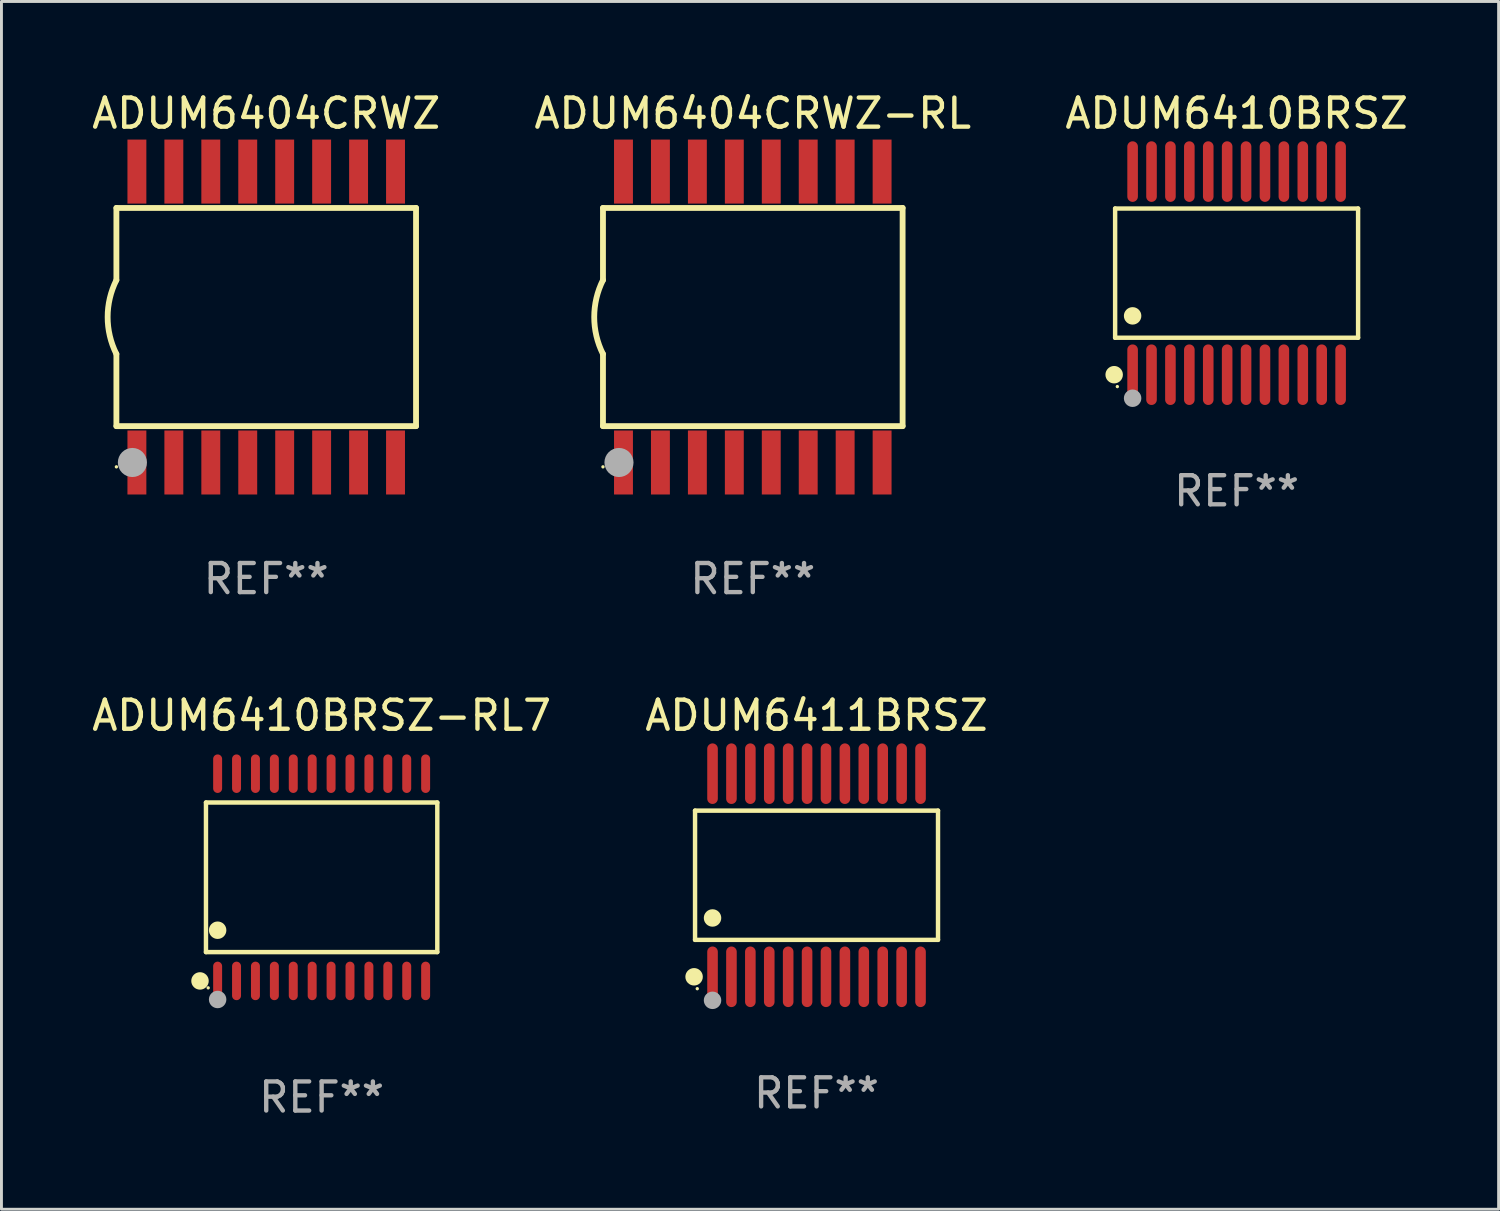
<source format=kicad_pcb>
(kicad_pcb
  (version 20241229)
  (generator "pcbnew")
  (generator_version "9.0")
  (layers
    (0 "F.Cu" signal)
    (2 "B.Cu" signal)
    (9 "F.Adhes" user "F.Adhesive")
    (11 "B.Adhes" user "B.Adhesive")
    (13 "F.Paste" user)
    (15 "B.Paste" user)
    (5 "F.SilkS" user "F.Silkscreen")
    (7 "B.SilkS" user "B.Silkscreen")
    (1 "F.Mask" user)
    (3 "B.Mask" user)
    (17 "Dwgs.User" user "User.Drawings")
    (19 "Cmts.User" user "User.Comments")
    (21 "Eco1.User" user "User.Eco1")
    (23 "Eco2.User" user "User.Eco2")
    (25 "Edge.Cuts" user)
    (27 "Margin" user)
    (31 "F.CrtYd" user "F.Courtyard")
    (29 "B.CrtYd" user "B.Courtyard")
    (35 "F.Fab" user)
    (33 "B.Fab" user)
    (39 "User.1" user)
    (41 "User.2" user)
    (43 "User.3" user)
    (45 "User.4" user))
  (footprint "ADUM6411BRSZ"
    (layer "F.Cu")
    (at 25.018 27.036)
    (property "Reference" "ADUM6411BRSZ" (at 0 -5.491 0) (layer "F.SilkS") (effects (font (size 1 1) (thickness 0.15))))
    (attr through_hole)
    (fp_line (start -4.176 -2.221) (end 4.176 -2.221) (stroke (width 0.152) (type solid)) (layer "F.SilkS"))
    (fp_line (start -4.176 2.221) (end -4.176 -2.221) (stroke (width 0.152) (type solid)) (layer "F.SilkS"))
    (fp_line (start 4.176 -2.221) (end 4.176 2.221) (stroke (width 0.152) (type solid)) (layer "F.SilkS"))
    (fp_line (start 4.176 2.221) (end -4.176 2.221) (stroke (width 0.152) (type solid)) (layer "F.SilkS"))
    (fp_circle (center -4.209 3.491) (end -4.059 3.491) (stroke (width 0.3) (type solid)) (fill no) (layer "F.SilkS"))
    (fp_circle (center -4.1 3.9) (end -4.07 3.9) (stroke (width 0.06) (type solid)) (fill no) (layer "F.SilkS"))
    (fp_circle (center -3.575 1.469) (end -3.425 1.469) (stroke (width 0.3) (type solid)) (fill no) (layer "F.SilkS"))
    (fp_circle (center -3.575 4.3) (end -3.425 4.3) (stroke (width 0.3) (type solid)) (fill no) (layer "F.Fab"))
    (fp_text user "REF**" (at 0 7.491 0) (layer "F.Fab") (effects (font (size 1 1) (thickness 0.15))))
    (pad "1" smd oval (at -3.575 3.491) (size 0.364 2.082) (layers "F.Cu" "F.Mask" "F.Paste"))
    (pad "2" smd oval (at -2.925 3.491) (size 0.364 2.082) (layers "F.Cu" "F.Mask" "F.Paste"))
    (pad "3" smd oval (at -2.275 3.491) (size 0.364 2.082) (layers "F.Cu" "F.Mask" "F.Paste"))
    (pad "4" smd oval (at -1.625 3.491) (size 0.364 2.082) (layers "F.Cu" "F.Mask" "F.Paste"))
    (pad "5" smd oval (at -0.975 3.491) (size 0.364 2.082) (layers "F.Cu" "F.Mask" "F.Paste"))
    (pad "6" smd oval (at -0.325 3.491) (size 0.364 2.082) (layers "F.Cu" "F.Mask" "F.Paste"))
    (pad "7" smd oval (at 0.325 3.491) (size 0.364 2.082) (layers "F.Cu" "F.Mask" "F.Paste"))
    (pad "8" smd oval (at 0.975 3.491) (size 0.364 2.082) (layers "F.Cu" "F.Mask" "F.Paste"))
    (pad "9" smd oval (at 1.625 3.491) (size 0.364 2.082) (layers "F.Cu" "F.Mask" "F.Paste"))
    (pad "10" smd oval (at 2.275 3.491) (size 0.364 2.082) (layers "F.Cu" "F.Mask" "F.Paste"))
    (pad "11" smd oval (at 2.925 3.491) (size 0.364 2.082) (layers "F.Cu" "F.Mask" "F.Paste"))
    (pad "12" smd oval (at 3.575 3.491) (size 0.364 2.082) (layers "F.Cu" "F.Mask" "F.Paste"))
    (pad "13" smd oval (at 3.575 -3.491) (size 0.364 2.082) (layers "F.Cu" "F.Mask" "F.Paste"))
    (pad "14" smd oval (at 2.925 -3.491) (size 0.364 2.082) (layers "F.Cu" "F.Mask" "F.Paste"))
    (pad "15" smd oval (at 2.275 -3.491) (size 0.364 2.082) (layers "F.Cu" "F.Mask" "F.Paste"))
    (pad "16" smd oval (at 1.625 -3.491) (size 0.364 2.082) (layers "F.Cu" "F.Mask" "F.Paste"))
    (pad "17" smd oval (at 0.975 -3.491) (size 0.364 2.082) (layers "F.Cu" "F.Mask" "F.Paste"))
    (pad "18" smd oval (at 0.325 -3.491) (size 0.364 2.082) (layers "F.Cu" "F.Mask" "F.Paste"))
    (pad "19" smd oval (at -0.325 -3.491) (size 0.364 2.082) (layers "F.Cu" "F.Mask" "F.Paste"))
    (pad "20" smd oval (at -0.975 -3.491) (size 0.364 2.082) (layers "F.Cu" "F.Mask" "F.Paste"))
    (pad "21" smd oval (at -1.625 -3.491) (size 0.364 2.082) (layers "F.Cu" "F.Mask" "F.Paste"))
    (pad "22" smd oval (at -2.275 -3.491) (size 0.364 2.082) (layers "F.Cu" "F.Mask" "F.Paste"))
    (pad "23" smd oval (at -2.925 -3.491) (size 0.364 2.082) (layers "F.Cu" "F.Mask" "F.Paste"))
    (pad "24" smd oval (at -3.575 -3.491) (size 0.364 2.082) (layers "F.Cu" "F.Mask" "F.Paste")))
  (footprint "ADUM6410BRSZ"
    (layer "F.Cu")
    (at 39.458 6.339)
    (property "Reference" "ADUM6410BRSZ" (at 0 -5.491 0) (layer "F.SilkS") (effects (font (size 1 1) (thickness 0.15))))
    (attr through_hole)
    (fp_line (start -4.176 -2.221) (end 4.176 -2.221) (stroke (width 0.152) (type solid)) (layer "F.SilkS"))
    (fp_line (start -4.176 2.221) (end -4.176 -2.221) (stroke (width 0.152) (type solid)) (layer "F.SilkS"))
    (fp_line (start 4.176 -2.221) (end 4.176 2.221) (stroke (width 0.152) (type solid)) (layer "F.SilkS"))
    (fp_line (start 4.176 2.221) (end -4.176 2.221) (stroke (width 0.152) (type solid)) (layer "F.SilkS"))
    (fp_circle (center -4.209 3.491) (end -4.059 3.491) (stroke (width 0.3) (type solid)) (fill no) (layer "F.SilkS"))
    (fp_circle (center -4.1 3.9) (end -4.07 3.9) (stroke (width 0.06) (type solid)) (fill no) (layer "F.SilkS"))
    (fp_circle (center -3.575 1.469) (end -3.425 1.469) (stroke (width 0.3) (type solid)) (fill no) (layer "F.SilkS"))
    (fp_circle (center -3.575 4.3) (end -3.425 4.3) (stroke (width 0.3) (type solid)) (fill no) (layer "F.Fab"))
    (fp_text user "REF**" (at 0 7.491 0) (layer "F.Fab") (effects (font (size 1 1) (thickness 0.15))))
    (pad "1" smd oval (at -3.575 3.491) (size 0.364 2.082) (layers "F.Cu" "F.Mask" "F.Paste"))
    (pad "2" smd oval (at -2.925 3.491) (size 0.364 2.082) (layers "F.Cu" "F.Mask" "F.Paste"))
    (pad "3" smd oval (at -2.275 3.491) (size 0.364 2.082) (layers "F.Cu" "F.Mask" "F.Paste"))
    (pad "4" smd oval (at -1.625 3.491) (size 0.364 2.082) (layers "F.Cu" "F.Mask" "F.Paste"))
    (pad "5" smd oval (at -0.975 3.491) (size 0.364 2.082) (layers "F.Cu" "F.Mask" "F.Paste"))
    (pad "6" smd oval (at -0.325 3.491) (size 0.364 2.082) (layers "F.Cu" "F.Mask" "F.Paste"))
    (pad "7" smd oval (at 0.325 3.491) (size 0.364 2.082) (layers "F.Cu" "F.Mask" "F.Paste"))
    (pad "8" smd oval (at 0.975 3.491) (size 0.364 2.082) (layers "F.Cu" "F.Mask" "F.Paste"))
    (pad "9" smd oval (at 1.625 3.491) (size 0.364 2.082) (layers "F.Cu" "F.Mask" "F.Paste"))
    (pad "10" smd oval (at 2.275 3.491) (size 0.364 2.082) (layers "F.Cu" "F.Mask" "F.Paste"))
    (pad "11" smd oval (at 2.925 3.491) (size 0.364 2.082) (layers "F.Cu" "F.Mask" "F.Paste"))
    (pad "12" smd oval (at 3.575 3.491) (size 0.364 2.082) (layers "F.Cu" "F.Mask" "F.Paste"))
    (pad "13" smd oval (at 3.575 -3.491) (size 0.364 2.082) (layers "F.Cu" "F.Mask" "F.Paste"))
    (pad "14" smd oval (at 2.925 -3.491) (size 0.364 2.082) (layers "F.Cu" "F.Mask" "F.Paste"))
    (pad "15" smd oval (at 2.275 -3.491) (size 0.364 2.082) (layers "F.Cu" "F.Mask" "F.Paste"))
    (pad "16" smd oval (at 1.625 -3.491) (size 0.364 2.082) (layers "F.Cu" "F.Mask" "F.Paste"))
    (pad "17" smd oval (at 0.975 -3.491) (size 0.364 2.082) (layers "F.Cu" "F.Mask" "F.Paste"))
    (pad "18" smd oval (at 0.325 -3.491) (size 0.364 2.082) (layers "F.Cu" "F.Mask" "F.Paste"))
    (pad "19" smd oval (at -0.325 -3.491) (size 0.364 2.082) (layers "F.Cu" "F.Mask" "F.Paste"))
    (pad "20" smd oval (at -0.975 -3.491) (size 0.364 2.082) (layers "F.Cu" "F.Mask" "F.Paste"))
    (pad "21" smd oval (at -1.625 -3.491) (size 0.364 2.082) (layers "F.Cu" "F.Mask" "F.Paste"))
    (pad "22" smd oval (at -2.275 -3.491) (size 0.364 2.082) (layers "F.Cu" "F.Mask" "F.Paste"))
    (pad "23" smd oval (at -2.925 -3.491) (size 0.364 2.082) (layers "F.Cu" "F.Mask" "F.Paste"))
    (pad "24" smd oval (at -3.575 -3.491) (size 0.364 2.082) (layers "F.Cu" "F.Mask" "F.Paste")))
  (footprint "ADUM6404CRWZ-RL"
    (layer "F.Cu")
    (at 22.827 7.848)
    (property "Reference" "ADUM6404CRWZ-RL" (at 0 -7 0) (layer "F.SilkS") (effects (font (size 1 1) (thickness 0.15))))
    (attr through_hole)
    (fp_line (start -5.15 -3.75) (end -5.15 -1.27) (stroke (width 0.2) (type solid)) (layer "F.SilkS"))
    (fp_line (start -5.15 -3.75) (end 5.15 -3.75) (stroke (width 0.2) (type solid)) (layer "F.SilkS"))
    (fp_line (start -5.15 3.75) (end -5.15 1.27) (stroke (width 0.2) (type solid)) (layer "F.SilkS"))
    (fp_line (start 5.15 -3.75) (end 5.15 3.75) (stroke (width 0.2) (type solid)) (layer "F.SilkS"))
    (fp_line (start 5.15 3.75) (end -5.15 3.75) (stroke (width 0.2) (type solid)) (layer "F.SilkS"))
    (fp_arc (start -5.151131 1.270003) (mid -5.450556 -0.000132) (end -5.150013 -1.270003) (stroke (width 0.2) (type solid)) (layer "F.SilkS"))
    (fp_circle (center -5.15 5.15) (end -5.12 5.15) (stroke (width 0.06) (type solid)) (fill no) (layer "F.SilkS"))
    (fp_circle (center -4.6 5) (end -4.35 5) (stroke (width 0.5) (type solid)) (fill no) (layer "F.Fab"))
    (fp_text user "REF**" (at 0 9 0) (layer "F.Fab") (effects (font (size 1 1) (thickness 0.15))))
    (pad "1" smd rect (at -4.445 5) (size 0.65 2.2) (layers "F.Cu" "F.Mask" "F.Paste"))
    (pad "2" smd rect (at -3.175 5) (size 0.65 2.2) (layers "F.Cu" "F.Mask" "F.Paste"))
    (pad "3" smd rect (at -1.905 5) (size 0.65 2.2) (layers "F.Cu" "F.Mask" "F.Paste"))
    (pad "4" smd rect (at -0.635 5) (size 0.65 2.2) (layers "F.Cu" "F.Mask" "F.Paste"))
    (pad "5" smd rect (at 0.635 5) (size 0.65 2.2) (layers "F.Cu" "F.Mask" "F.Paste"))
    (pad "6" smd rect (at 1.905 5) (size 0.65 2.2) (layers "F.Cu" "F.Mask" "F.Paste"))
    (pad "7" smd rect (at 3.175 5) (size 0.65 2.2) (layers "F.Cu" "F.Mask" "F.Paste"))
    (pad "8" smd rect (at 4.445 5) (size 0.65 2.2) (layers "F.Cu" "F.Mask" "F.Paste"))
    (pad "9" smd rect (at 4.445 -5) (size 0.65 2.2) (layers "F.Cu" "F.Mask" "F.Paste"))
    (pad "10" smd rect (at 3.175 -5) (size 0.65 2.2) (layers "F.Cu" "F.Mask" "F.Paste"))
    (pad "11" smd rect (at 1.905 -5) (size 0.65 2.2) (layers "F.Cu" "F.Mask" "F.Paste"))
    (pad "12" smd rect (at 0.635 -5) (size 0.65 2.2) (layers "F.Cu" "F.Mask" "F.Paste"))
    (pad "13" smd rect (at -0.635 -5) (size 0.65 2.2) (layers "F.Cu" "F.Mask" "F.Paste"))
    (pad "14" smd rect (at -1.905 -5) (size 0.65 2.2) (layers "F.Cu" "F.Mask" "F.Paste"))
    (pad "15" smd rect (at -3.175 -5) (size 0.65 2.2) (layers "F.Cu" "F.Mask" "F.Paste"))
    (pad "16" smd rect (at -4.445 -5) (size 0.65 2.2) (layers "F.Cu" "F.Mask" "F.Paste")))
  (footprint "ADUM6410BRSZ-RL7"
    (layer "F.Cu")
    (at 8.006 27.107)
    (property "Reference" "ADUM6410BRSZ-RL7" (at 0 -5.562 0) (layer "F.SilkS") (effects (font (size 1 1) (thickness 0.15))))
    (attr through_hole)
    (fp_line (start -3.976 -2.571) (end 3.976 -2.571) (stroke (width 0.152) (type solid)) (layer "F.SilkS"))
    (fp_line (start -3.976 2.571) (end -3.976 -2.571) (stroke (width 0.152) (type solid)) (layer "F.SilkS"))
    (fp_line (start 3.976 -2.571) (end 3.976 2.571) (stroke (width 0.152) (type solid)) (layer "F.SilkS"))
    (fp_line (start 3.976 2.571) (end -3.976 2.571) (stroke (width 0.152) (type solid)) (layer "F.SilkS"))
    (fp_circle (center -4.181 3.562) (end -4.031 3.562) (stroke (width 0.3) (type solid)) (fill no) (layer "F.SilkS"))
    (fp_circle (center -3.9 3.8) (end -3.87 3.8) (stroke (width 0.06) (type solid)) (fill no) (layer "F.SilkS"))
    (fp_circle (center -3.575 1.819) (end -3.425 1.819) (stroke (width 0.3) (type solid)) (fill no) (layer "F.SilkS"))
    (fp_circle (center -3.575 4.2) (end -3.425 4.2) (stroke (width 0.3) (type solid)) (fill no) (layer "F.Fab"))
    (fp_text user "REF**" (at 0 7.562 0) (layer "F.Fab") (effects (font (size 1 1) (thickness 0.15))))
    (pad "1" smd oval (at -3.575 3.562) (size 0.308 1.324) (layers "F.Cu" "F.Mask" "F.Paste"))
    (pad "2" smd oval (at -2.925 3.562) (size 0.308 1.324) (layers "F.Cu" "F.Mask" "F.Paste"))
    (pad "3" smd oval (at -2.275 3.562) (size 0.308 1.324) (layers "F.Cu" "F.Mask" "F.Paste"))
    (pad "4" smd oval (at -1.625 3.562) (size 0.308 1.324) (layers "F.Cu" "F.Mask" "F.Paste"))
    (pad "5" smd oval (at -0.975 3.562) (size 0.308 1.324) (layers "F.Cu" "F.Mask" "F.Paste"))
    (pad "6" smd oval (at -0.325 3.562) (size 0.308 1.324) (layers "F.Cu" "F.Mask" "F.Paste"))
    (pad "7" smd oval (at 0.325 3.562) (size 0.308 1.324) (layers "F.Cu" "F.Mask" "F.Paste"))
    (pad "8" smd oval (at 0.975 3.562) (size 0.308 1.324) (layers "F.Cu" "F.Mask" "F.Paste"))
    (pad "9" smd oval (at 1.625 3.562) (size 0.308 1.324) (layers "F.Cu" "F.Mask" "F.Paste"))
    (pad "10" smd oval (at 2.275 3.562) (size 0.308 1.324) (layers "F.Cu" "F.Mask" "F.Paste"))
    (pad "11" smd oval (at 2.925 3.562) (size 0.308 1.324) (layers "F.Cu" "F.Mask" "F.Paste"))
    (pad "12" smd oval (at 3.575 3.562) (size 0.308 1.324) (layers "F.Cu" "F.Mask" "F.Paste"))
    (pad "13" smd oval (at 3.575 -3.562) (size 0.308 1.324) (layers "F.Cu" "F.Mask" "F.Paste"))
    (pad "14" smd oval (at 2.925 -3.562) (size 0.308 1.324) (layers "F.Cu" "F.Mask" "F.Paste"))
    (pad "15" smd oval (at 2.275 -3.562) (size 0.308 1.324) (layers "F.Cu" "F.Mask" "F.Paste"))
    (pad "16" smd oval (at 1.625 -3.562) (size 0.308 1.324) (layers "F.Cu" "F.Mask" "F.Paste"))
    (pad "17" smd oval (at 0.975 -3.562) (size 0.308 1.324) (layers "F.Cu" "F.Mask" "F.Paste"))
    (pad "18" smd oval (at 0.325 -3.562) (size 0.308 1.324) (layers "F.Cu" "F.Mask" "F.Paste"))
    (pad "19" smd oval (at -0.325 -3.562) (size 0.308 1.324) (layers "F.Cu" "F.Mask" "F.Paste"))
    (pad "20" smd oval (at -0.975 -3.562) (size 0.308 1.324) (layers "F.Cu" "F.Mask" "F.Paste"))
    (pad "21" smd oval (at -1.625 -3.562) (size 0.308 1.324) (layers "F.Cu" "F.Mask" "F.Paste"))
    (pad "22" smd oval (at -2.275 -3.562) (size 0.308 1.324) (layers "F.Cu" "F.Mask" "F.Paste"))
    (pad "23" smd oval (at -2.925 -3.562) (size 0.308 1.324) (layers "F.Cu" "F.Mask" "F.Paste"))
    (pad "24" smd oval (at -3.575 -3.562) (size 0.308 1.324) (layers "F.Cu" "F.Mask" "F.Paste")))
  (footprint "ADUM6404CRWZ"
    (layer "F.Cu")
    (at 6.101 7.848)
    (property "Reference" "ADUM6404CRWZ" (at 0 -7 0) (layer "F.SilkS") (effects (font (size 1 1) (thickness 0.15))))
    (attr through_hole)
    (fp_line (start -5.15 -3.75) (end -5.15 -1.27) (stroke (width 0.2) (type solid)) (layer "F.SilkS"))
    (fp_line (start -5.15 -3.75) (end 5.15 -3.75) (stroke (width 0.2) (type solid)) (layer "F.SilkS"))
    (fp_line (start -5.15 3.75) (end -5.15 1.27) (stroke (width 0.2) (type solid)) (layer "F.SilkS"))
    (fp_line (start 5.15 -3.75) (end 5.15 3.75) (stroke (width 0.2) (type solid)) (layer "F.SilkS"))
    (fp_line (start 5.15 3.75) (end -5.15 3.75) (stroke (width 0.2) (type solid)) (layer "F.SilkS"))
    (fp_arc (start -5.151131 1.270003) (mid -5.450556 -0.000132) (end -5.150013 -1.270003) (stroke (width 0.2) (type solid)) (layer "F.SilkS"))
    (fp_circle (center -5.15 5.15) (end -5.12 5.15) (stroke (width 0.06) (type solid)) (fill no) (layer "F.SilkS"))
    (fp_circle (center -4.6 5) (end -4.35 5) (stroke (width 0.5) (type solid)) (fill no) (layer "F.Fab"))
    (fp_text user "REF**" (at 0 9 0) (layer "F.Fab") (effects (font (size 1 1) (thickness 0.15))))
    (pad "1" smd rect (at -4.445 5) (size 0.65 2.2) (layers "F.Cu" "F.Mask" "F.Paste"))
    (pad "2" smd rect (at -3.175 5) (size 0.65 2.2) (layers "F.Cu" "F.Mask" "F.Paste"))
    (pad "3" smd rect (at -1.905 5) (size 0.65 2.2) (layers "F.Cu" "F.Mask" "F.Paste"))
    (pad "4" smd rect (at -0.635 5) (size 0.65 2.2) (layers "F.Cu" "F.Mask" "F.Paste"))
    (pad "5" smd rect (at 0.635 5) (size 0.65 2.2) (layers "F.Cu" "F.Mask" "F.Paste"))
    (pad "6" smd rect (at 1.905 5) (size 0.65 2.2) (layers "F.Cu" "F.Mask" "F.Paste"))
    (pad "7" smd rect (at 3.175 5) (size 0.65 2.2) (layers "F.Cu" "F.Mask" "F.Paste"))
    (pad "8" smd rect (at 4.445 5) (size 0.65 2.2) (layers "F.Cu" "F.Mask" "F.Paste"))
    (pad "9" smd rect (at 4.445 -5) (size 0.65 2.2) (layers "F.Cu" "F.Mask" "F.Paste"))
    (pad "10" smd rect (at 3.175 -5) (size 0.65 2.2) (layers "F.Cu" "F.Mask" "F.Paste"))
    (pad "11" smd rect (at 1.905 -5) (size 0.65 2.2) (layers "F.Cu" "F.Mask" "F.Paste"))
    (pad "12" smd rect (at 0.635 -5) (size 0.65 2.2) (layers "F.Cu" "F.Mask" "F.Paste"))
    (pad "13" smd rect (at -0.635 -5) (size 0.65 2.2) (layers "F.Cu" "F.Mask" "F.Paste"))
    (pad "14" smd rect (at -1.905 -5) (size 0.65 2.2) (layers "F.Cu" "F.Mask" "F.Paste"))
    (pad "15" smd rect (at -3.175 -5) (size 0.65 2.2) (layers "F.Cu" "F.Mask" "F.Paste"))
    (pad "16" smd rect (at -4.445 -5) (size 0.65 2.2) (layers "F.Cu" "F.Mask" "F.Paste")))
  (gr_rect
    (start -3 -3)
    (end 48.464 38.517)
    (stroke (width 0.1) (type default))
    (fill no)
    (layer "Edge.Cuts")))
</source>
